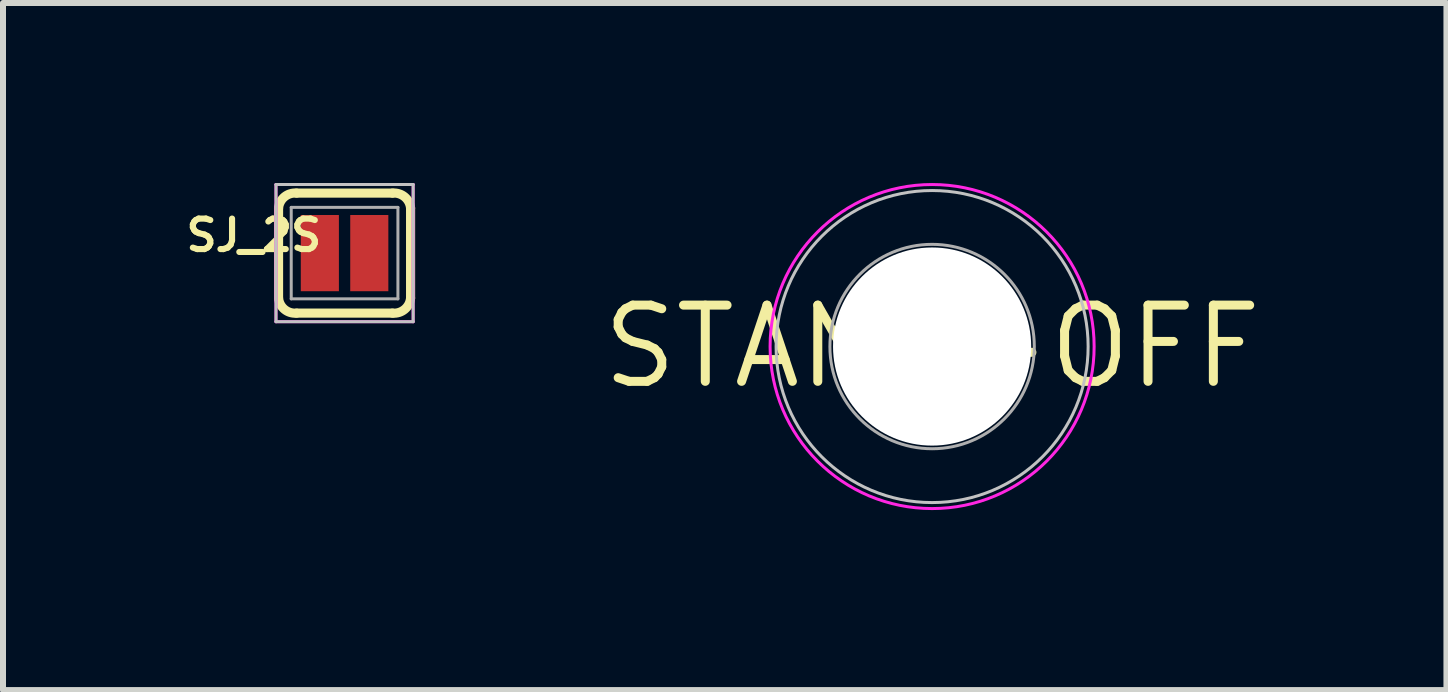
<source format=kicad_pcb>
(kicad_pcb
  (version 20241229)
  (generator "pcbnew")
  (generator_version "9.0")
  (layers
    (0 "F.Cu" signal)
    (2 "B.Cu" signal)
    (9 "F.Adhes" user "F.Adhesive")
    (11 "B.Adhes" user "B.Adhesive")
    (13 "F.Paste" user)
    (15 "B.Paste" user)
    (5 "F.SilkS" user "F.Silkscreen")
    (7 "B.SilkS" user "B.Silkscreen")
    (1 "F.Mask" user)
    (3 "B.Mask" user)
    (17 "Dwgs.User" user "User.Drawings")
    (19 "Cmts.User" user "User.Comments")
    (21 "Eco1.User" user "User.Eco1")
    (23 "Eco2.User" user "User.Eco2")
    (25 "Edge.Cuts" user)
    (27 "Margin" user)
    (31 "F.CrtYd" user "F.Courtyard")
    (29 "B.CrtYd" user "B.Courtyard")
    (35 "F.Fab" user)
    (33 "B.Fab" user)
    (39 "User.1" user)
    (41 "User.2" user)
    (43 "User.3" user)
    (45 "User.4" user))
  (footprint "SJ_2S"
    (layer "F.Cu")
    (at 2.692 1.168)
    (property "Reference" "SJ_2S" (at -2.692 0 0) (layer "F.SilkS") (effects (font (size 0.508 0.508) (thickness 0.102)) (justify left bottom)))
    (attr through_hole)
    (fp_line (start -1.1 0.75) (end -1.1 -0.75) (stroke (width 0.152) (type solid)) (layer "F.SilkS"))
    (fp_line (start -0.8 -1) (end 0.8 -1) (stroke (width 0.152) (type solid)) (layer "F.SilkS"))
    (fp_line (start 0.8 1) (end -0.8 1) (stroke (width 0.152) (type solid)) (layer "F.SilkS"))
    (fp_line (start 1.1 0.75) (end 1.1 -0.75) (stroke (width 0.152) (type solid)) (layer "F.SilkS"))
    (fp_arc (start -1.1 -0.75) (mid -1.001777 -0.937132) (end -0.8 -1) (stroke (width 0.1524) (type solid)) (layer "F.SilkS"))
    (fp_arc (start -0.799998 1) (mid -1.001849 0.93722) (end -1.1 0.75) (stroke (width 0.1524) (type solid)) (layer "F.SilkS"))
    (fp_arc (start 0.8 -1) (mid 1.001777 -0.937132) (end 1.1 -0.75) (stroke (width 0.1524) (type solid)) (layer "F.SilkS"))
    (fp_arc (start 1.1 0.75) (mid 1.001777 0.937132) (end 0.8 1) (stroke (width 0.1524) (type solid)) (layer "F.SilkS"))
    (fp_poly (pts (xy -1.219 1.143) (xy 1.219 1.143) (xy 1.219 -1.143) (xy -1.219 -1.143)) (stroke (width 0) (type solid)) (fill yes) (layer "F.Paste"))
    (fp_line (start -1.143 -1.143) (end 1.143 -1.143) (stroke (width 0.05) (type solid)) (layer "Dwgs.User"))
    (fp_line (start -1.143 1.143) (end -1.143 -1.143) (stroke (width 0.05) (type solid)) (layer "Dwgs.User"))
    (fp_line (start 1.143 -1.143) (end 1.143 1.143) (stroke (width 0.05) (type solid)) (layer "Dwgs.User"))
    (fp_line (start 1.143 1.143) (end -1.143 1.143) (stroke (width 0.05) (type solid)) (layer "Dwgs.User"))
    (fp_line (start -1.143 -1.143) (end 1.143 -1.143) (stroke (width 0.05) (type solid)) (layer "F.CrtYd"))
    (fp_line (start -1.143 1.143) (end -1.143 -1.143) (stroke (width 0.05) (type solid)) (layer "F.CrtYd"))
    (fp_line (start 1.143 -1.143) (end 1.143 1.143) (stroke (width 0.05) (type solid)) (layer "F.CrtYd"))
    (fp_line (start 1.143 1.143) (end -1.143 1.143) (stroke (width 0.05) (type solid)) (layer "F.CrtYd"))
    (fp_line (start -0.889 -0.762) (end 0.889 -0.762) (stroke (width 0.05) (type solid)) (layer "F.Fab"))
    (fp_line (start -0.889 0.762) (end -0.889 -0.762) (stroke (width 0.05) (type solid)) (layer "F.Fab"))
    (fp_line (start 0.889 -0.762) (end 0.889 0.762) (stroke (width 0.05) (type solid)) (layer "F.Fab"))
    (fp_line (start 0.889 0.762) (end -0.889 0.762) (stroke (width 0.05) (type solid)) (layer "F.Fab"))
    (pad "1" smd rect (at -0.412 0) (size 0.635 1.27) (layers "F.Cu" "F.Mask" "F.Paste"))
    (pad "2" smd rect (at 0.412 0) (size 0.635 1.27) (layers "F.Cu" "F.Mask" "F.Paste")))
  (footprint "STAND-OFF"
    (layer "F.Cu")
    (at 12.483 2.725)
    (property "Reference" "STAND-OFF" (at 0 0 0) (layer "F.SilkS") (effects (font (size 1.27 1.27) (thickness 0.15))))
    (attr through_hole)
    (fp_circle (center 0 0) (end 1.612 0) (stroke (width 0.05) (type solid)) (fill no) (layer "Dwgs.User"))
    (fp_circle (center 0 0) (end 2.6 0) (stroke (width 0.05) (type solid)) (fill no) (layer "Dwgs.User"))
    (fp_circle (center 0 0) (end 2.7 0) (stroke (width 0.05) (type solid)) (fill no) (layer "F.CrtYd"))
    (fp_circle (center 0 0) (end 1.703 0) (stroke (width 0.05) (type solid)) (fill no) (layer "F.Fab"))
    (pad "" np_thru_hole circle (at 0 0) (size 3.302 3.302) (drill 3.302) (layers "*.Cu" "*.Mask")))
  (gr_rect
    (start -3 -3)
    (end 21.054 8.45)
    (stroke (width 0.1) (type default))
    (fill no)
    (layer "Edge.Cuts")))
</source>
